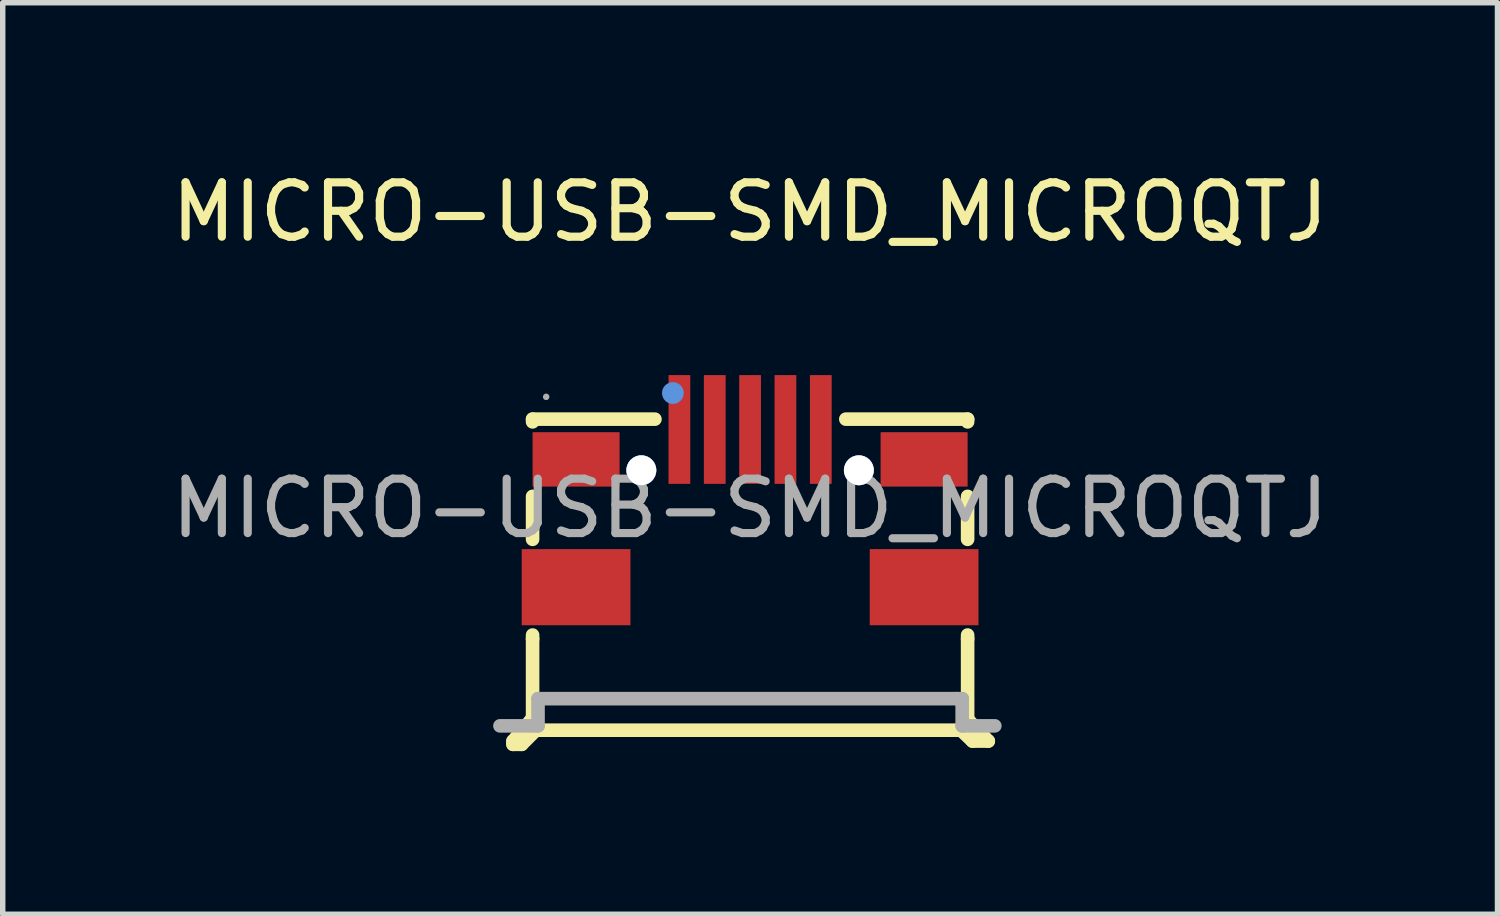
<source format=kicad_pcb>
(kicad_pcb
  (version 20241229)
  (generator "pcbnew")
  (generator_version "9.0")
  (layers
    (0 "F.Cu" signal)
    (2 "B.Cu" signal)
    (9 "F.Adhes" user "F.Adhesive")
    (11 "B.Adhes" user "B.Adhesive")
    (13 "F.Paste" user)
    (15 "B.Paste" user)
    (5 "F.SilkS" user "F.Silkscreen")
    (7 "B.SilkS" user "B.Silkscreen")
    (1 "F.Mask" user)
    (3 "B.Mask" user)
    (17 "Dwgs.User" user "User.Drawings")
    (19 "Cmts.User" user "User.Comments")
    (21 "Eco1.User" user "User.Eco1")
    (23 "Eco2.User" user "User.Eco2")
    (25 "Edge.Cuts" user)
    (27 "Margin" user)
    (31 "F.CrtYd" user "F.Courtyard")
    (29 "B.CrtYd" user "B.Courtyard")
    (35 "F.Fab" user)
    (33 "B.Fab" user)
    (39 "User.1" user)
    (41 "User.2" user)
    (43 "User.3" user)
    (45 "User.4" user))
  (footprint "MICRO-USB-SMD_MICROQTJ"
    (layer "F.Cu")
    (at 10.744 6.298)
    (property "Reference" "MICRO-USB-SMD_MICROQTJ" (at 0 -5.45 0) (layer "F.SilkS") (effects (font (size 1 1) (thickness 0.15))))
    (attr smd)
    (fp_line (start -4.36 4.28) (end -4.01 3.87) (stroke (width 0.25) (type solid)) (layer "F.SilkS"))
    (fp_line (start -4.36 4.34) (end -4.36 4.28) (stroke (width 0.25) (type solid)) (layer "F.SilkS"))
    (fp_line (start -4.2 4.34) (end -4.36 4.34) (stroke (width 0.25) (type solid)) (layer "F.SilkS"))
    (fp_line (start -4 -1.64) (end -1.75 -1.64) (stroke (width 0.25) (type solid)) (layer "F.SilkS"))
    (fp_line (start -4 -1.59) (end -4 -1.64) (stroke (width 0.25) (type solid)) (layer "F.SilkS"))
    (fp_line (start -4 0.57) (end -4 -0.22) (stroke (width 0.25) (type solid)) (layer "F.SilkS"))
    (fp_line (start -4 2.4) (end -4 2.33) (stroke (width 0.25) (type solid)) (layer "F.SilkS"))
    (fp_line (start -4 2.4) (end -4 3.87) (stroke (width 0.25) (type solid)) (layer "F.SilkS"))
    (fp_line (start -3.94 4.08) (end -4.2 4.34) (stroke (width 0.25) (type solid)) (layer "F.SilkS"))
    (fp_line (start 1.76 -1.64) (end 4 -1.64) (stroke (width 0.25) (type solid)) (layer "F.SilkS"))
    (fp_line (start 3.88 4.08) (end -3.94 4.08) (stroke (width 0.25) (type solid)) (layer "F.SilkS"))
    (fp_line (start 3.99 3.87) (end 4.38 4.28) (stroke (width 0.25) (type solid)) (layer "F.SilkS"))
    (fp_line (start 4 -1.59) (end 4 -1.64) (stroke (width 0.25) (type solid)) (layer "F.SilkS"))
    (fp_line (start 4 0.57) (end 4 -0.22) (stroke (width 0.25) (type solid)) (layer "F.SilkS"))
    (fp_line (start 4 2.4) (end 4 2.33) (stroke (width 0.25) (type solid)) (layer "F.SilkS"))
    (fp_line (start 4 2.4) (end 4 3.99) (stroke (width 0.25) (type solid)) (layer "F.SilkS"))
    (fp_line (start 4.09 4.28) (end 3.88 4.08) (stroke (width 0.25) (type solid)) (layer "F.SilkS"))
    (fp_line (start 4.38 4.28) (end 4.09 4.28) (stroke (width 0.25) (type solid)) (layer "F.SilkS"))
    (fp_circle (center -2 -0.7) (end -1.86 -0.7) (stroke (width 0.27) (type solid)) (fill no) (layer "Cmts.User"))
    (fp_circle (center -1.42 -2.12) (end -1.32 -2.12) (stroke (width 0.2) (type solid)) (fill no) (layer "Cmts.User"))
    (fp_circle (center 2 -0.7) (end 2.14 -0.7) (stroke (width 0.27) (type solid)) (fill no) (layer "Cmts.User"))
    (fp_line (start -4.6 4) (end -3.9 4) (stroke (width 0.25) (type solid)) (layer "F.Fab"))
    (fp_line (start -3.9 3.5) (end 3.8 3.5) (stroke (width 0.25) (type solid)) (layer "F.Fab"))
    (fp_line (start -3.9 4) (end -3.9 3.5) (stroke (width 0.25) (type solid)) (layer "F.Fab"))
    (fp_line (start 3.8 3.5) (end 3.9 3.5) (stroke (width 0.25) (type solid)) (layer "F.Fab"))
    (fp_line (start 3.9 3.5) (end 3.9 4) (stroke (width 0.25) (type solid)) (layer "F.Fab"))
    (fp_line (start 3.9 4) (end 4.5 4) (stroke (width 0.25) (type solid)) (layer "F.Fab"))
    (fp_circle (center -3.75 -2.05) (end -3.72 -2.05) (stroke (width 0.06) (type solid)) (fill no) (layer "F.Fab"))
    (fp_text user "${REFERENCE}" (at 0 0 0) (layer "F.Fab") (effects (font (size 1 1) (thickness 0.15))))
    (pad "" thru_hole circle (at -2 -0.7) (size 0.55 0.55) (drill 0.55) (layers "*.Cu" "*.Mask"))
    (pad "" thru_hole circle (at 2 -0.7) (size 0.55 0.55) (drill 0.55) (layers "*.Cu" "*.Mask"))
    (pad "1" smd rect (at -1.3 -1.45 270) (size 2 0.4) (layers "F.Cu" "F.Mask" "F.Paste"))
    (pad "2" smd rect (at -0.65 -1.45 270) (size 2 0.4) (layers "F.Cu" "F.Mask" "F.Paste"))
    (pad "3" smd rect (at 0 -1.45 270) (size 2 0.4) (layers "F.Cu" "F.Mask" "F.Paste"))
    (pad "4" smd rect (at 0.65 -1.45 270) (size 2 0.4) (layers "F.Cu" "F.Mask" "F.Paste"))
    (pad "5" smd rect (at 1.3 -1.45 270) (size 2 0.4) (layers "F.Cu" "F.Mask" "F.Paste"))
    (pad "6" smd rect (at -3.2 -0.9) (size 1.6 1) (layers "F.Cu" "F.Mask" "F.Paste"))
    (pad "7" smd rect (at -3.2 1.45) (size 2 1.4) (layers "F.Cu" "F.Mask" "F.Paste"))
    (pad "8" smd rect (at 3.2 1.45) (size 2 1.4) (layers "F.Cu" "F.Mask" "F.Paste"))
    (pad "9" smd rect (at 3.2 -0.9) (size 1.6 1) (layers "F.Cu" "F.Mask" "F.Paste")))
  (gr_rect
    (start -3 -3)
    (end 24.488 13.763)
    (stroke (width 0.1) (type default))
    (fill no)
    (layer "Edge.Cuts")))
</source>
